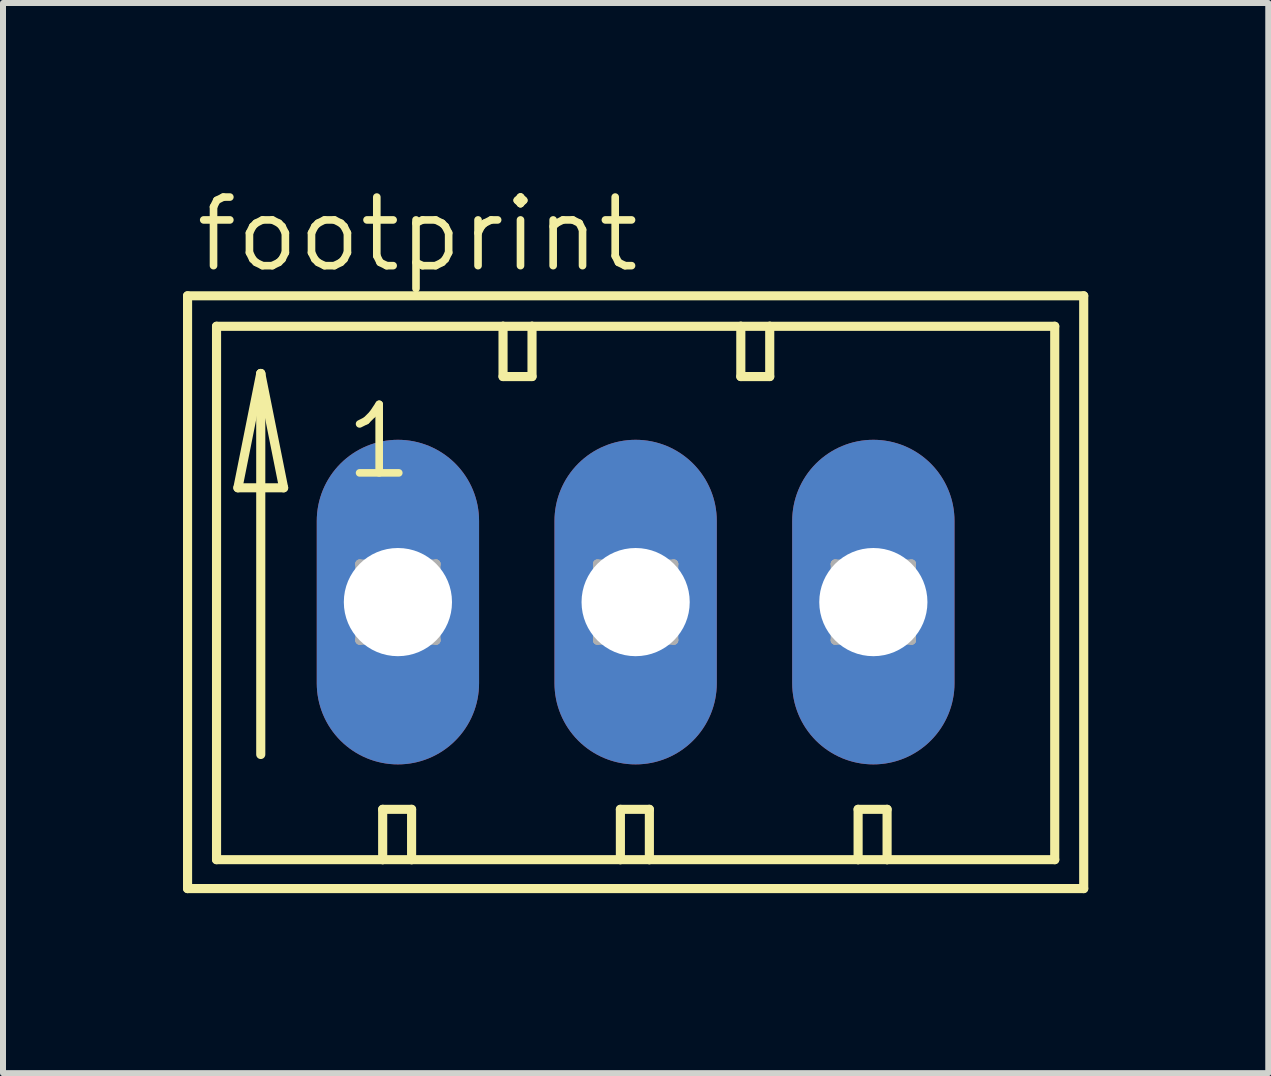
<source format=kicad_pcb>
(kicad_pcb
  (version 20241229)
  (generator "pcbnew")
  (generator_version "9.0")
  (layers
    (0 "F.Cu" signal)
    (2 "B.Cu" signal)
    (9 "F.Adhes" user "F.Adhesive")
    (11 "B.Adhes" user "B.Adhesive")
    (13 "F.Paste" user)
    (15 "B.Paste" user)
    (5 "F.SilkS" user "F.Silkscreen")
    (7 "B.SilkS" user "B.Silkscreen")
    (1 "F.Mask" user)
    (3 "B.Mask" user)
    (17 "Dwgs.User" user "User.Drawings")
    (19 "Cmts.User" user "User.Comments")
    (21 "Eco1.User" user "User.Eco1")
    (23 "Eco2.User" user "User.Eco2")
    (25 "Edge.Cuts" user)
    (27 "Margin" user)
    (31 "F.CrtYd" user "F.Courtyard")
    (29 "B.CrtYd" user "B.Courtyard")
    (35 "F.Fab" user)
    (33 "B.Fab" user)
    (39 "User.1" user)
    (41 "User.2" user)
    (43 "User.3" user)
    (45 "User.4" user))
  (footprint "footprint"
    (layer "F.Cu")
    (at 7.544 6.985)
    (property "Reference" "footprint" (at -7.391 -5.461 0) (layer "F.SilkS") (effects (font (size 1.143 1.143) (thickness 0.127)) (justify left bottom)))
    (fp_line (start -7.468 -5.105) (end -7.468 4.775) (stroke (width 0.152) (type solid)) (layer "F.SilkS"))
    (fp_line (start -7.468 4.775) (end 7.468 4.775) (stroke (width 0.152) (type solid)) (layer "F.SilkS"))
    (fp_line (start -6.985 -4.597) (end -6.985 4.293) (stroke (width 0.152) (type solid)) (layer "F.SilkS"))
    (fp_line (start -6.985 4.293) (end -4.216 4.293) (stroke (width 0.152) (type solid)) (layer "F.SilkS"))
    (fp_line (start -6.629 -1.905) (end -5.867 -1.905) (stroke (width 0.152) (type solid)) (layer "F.SilkS"))
    (fp_line (start -6.248 -3.81) (end -6.629 -1.905) (stroke (width 0.152) (type solid)) (layer "F.SilkS"))
    (fp_line (start -6.248 -3.81) (end -5.867 -1.905) (stroke (width 0.152) (type solid)) (layer "F.SilkS"))
    (fp_line (start -6.248 2.54) (end -6.248 -3.81) (stroke (width 0.152) (type solid)) (layer "F.SilkS"))
    (fp_line (start -4.216 3.454) (end -4.216 4.293) (stroke (width 0.152) (type solid)) (layer "F.SilkS"))
    (fp_line (start -4.216 3.454) (end -3.734 3.454) (stroke (width 0.152) (type solid)) (layer "F.SilkS"))
    (fp_line (start -4.216 4.293) (end -3.734 4.293) (stroke (width 0.152) (type solid)) (layer "F.SilkS"))
    (fp_line (start -3.734 3.454) (end -3.734 4.293) (stroke (width 0.152) (type solid)) (layer "F.SilkS"))
    (fp_line (start -3.734 4.293) (end -0.254 4.293) (stroke (width 0.152) (type solid)) (layer "F.SilkS"))
    (fp_line (start -2.21 -4.597) (end -6.985 -4.597) (stroke (width 0.152) (type solid)) (layer "F.SilkS"))
    (fp_line (start -2.21 -4.597) (end -2.21 -3.759) (stroke (width 0.152) (type solid)) (layer "F.SilkS"))
    (fp_line (start -2.21 -3.759) (end -1.727 -3.759) (stroke (width 0.152) (type solid)) (layer "F.SilkS"))
    (fp_line (start -1.727 -4.597) (end -2.21 -4.597) (stroke (width 0.152) (type solid)) (layer "F.SilkS"))
    (fp_line (start -1.727 -3.759) (end -1.727 -4.597) (stroke (width 0.152) (type solid)) (layer "F.SilkS"))
    (fp_line (start -0.254 3.454) (end -0.254 4.293) (stroke (width 0.152) (type solid)) (layer "F.SilkS"))
    (fp_line (start -0.254 3.454) (end 0.229 3.454) (stroke (width 0.152) (type solid)) (layer "F.SilkS"))
    (fp_line (start -0.254 4.293) (end 0.229 4.293) (stroke (width 0.152) (type solid)) (layer "F.SilkS"))
    (fp_line (start 0.229 3.454) (end 0.229 4.293) (stroke (width 0.152) (type solid)) (layer "F.SilkS"))
    (fp_line (start 0.229 4.293) (end 3.708 4.293) (stroke (width 0.152) (type solid)) (layer "F.SilkS"))
    (fp_line (start 1.753 -4.597) (end -1.727 -4.597) (stroke (width 0.152) (type solid)) (layer "F.SilkS"))
    (fp_line (start 1.753 -3.759) (end 1.753 -4.597) (stroke (width 0.152) (type solid)) (layer "F.SilkS"))
    (fp_line (start 1.753 -3.759) (end 2.235 -3.759) (stroke (width 0.152) (type solid)) (layer "F.SilkS"))
    (fp_line (start 2.235 -4.597) (end 1.753 -4.597) (stroke (width 0.152) (type solid)) (layer "F.SilkS"))
    (fp_line (start 2.235 -3.759) (end 2.235 -4.597) (stroke (width 0.152) (type solid)) (layer "F.SilkS"))
    (fp_line (start 3.708 3.454) (end 3.708 4.293) (stroke (width 0.152) (type solid)) (layer "F.SilkS"))
    (fp_line (start 3.708 3.454) (end 4.191 3.454) (stroke (width 0.152) (type solid)) (layer "F.SilkS"))
    (fp_line (start 3.708 4.293) (end 4.191 4.293) (stroke (width 0.152) (type solid)) (layer "F.SilkS"))
    (fp_line (start 4.191 3.454) (end 4.191 4.293) (stroke (width 0.152) (type solid)) (layer "F.SilkS"))
    (fp_line (start 4.191 4.293) (end 6.985 4.293) (stroke (width 0.152) (type solid)) (layer "F.SilkS"))
    (fp_line (start 6.985 -4.597) (end 2.235 -4.597) (stroke (width 0.152) (type solid)) (layer "F.SilkS"))
    (fp_line (start 6.985 4.293) (end 6.985 -4.597) (stroke (width 0.152) (type solid)) (layer "F.SilkS"))
    (fp_line (start 7.468 -5.105) (end -7.468 -5.105) (stroke (width 0.152) (type solid)) (layer "F.SilkS"))
    (fp_line (start 7.468 4.775) (end 7.468 -5.105) (stroke (width 0.152) (type solid)) (layer "F.SilkS"))
    (fp_line (start -4.597 -0.635) (end -4.597 0.635) (stroke (width 0.152) (type solid)) (layer "F.Fab"))
    (fp_line (start -4.597 -0.635) (end -3.327 0.635) (stroke (width 0.152) (type solid)) (layer "F.Fab"))
    (fp_line (start -4.597 0.635) (end -3.327 0.635) (stroke (width 0.152) (type solid)) (layer "F.Fab"))
    (fp_line (start -3.327 -0.635) (end -4.597 -0.635) (stroke (width 0.152) (type solid)) (layer "F.Fab"))
    (fp_line (start -3.327 -0.635) (end -4.597 0.635) (stroke (width 0.152) (type solid)) (layer "F.Fab"))
    (fp_line (start -3.327 0.635) (end -3.327 -0.635) (stroke (width 0.152) (type solid)) (layer "F.Fab"))
    (fp_line (start -0.635 -0.635) (end -0.635 0.635) (stroke (width 0.152) (type solid)) (layer "F.Fab"))
    (fp_line (start -0.635 -0.635) (end 0.635 0.635) (stroke (width 0.152) (type solid)) (layer "F.Fab"))
    (fp_line (start -0.635 0.635) (end 0.635 0.635) (stroke (width 0.152) (type solid)) (layer "F.Fab"))
    (fp_line (start 0.635 -0.635) (end -0.635 -0.635) (stroke (width 0.152) (type solid)) (layer "F.Fab"))
    (fp_line (start 0.635 -0.635) (end -0.635 0.635) (stroke (width 0.152) (type solid)) (layer "F.Fab"))
    (fp_line (start 0.635 0.635) (end 0.635 -0.635) (stroke (width 0.152) (type solid)) (layer "F.Fab"))
    (fp_line (start 3.327 -0.635) (end 3.327 0.635) (stroke (width 0.152) (type solid)) (layer "F.Fab"))
    (fp_line (start 3.327 -0.635) (end 4.597 0.635) (stroke (width 0.152) (type solid)) (layer "F.Fab"))
    (fp_line (start 3.327 0.635) (end 4.597 0.635) (stroke (width 0.152) (type solid)) (layer "F.Fab"))
    (fp_line (start 4.597 -0.635) (end 3.327 -0.635) (stroke (width 0.152) (type solid)) (layer "F.Fab"))
    (fp_line (start 4.597 -0.635) (end 3.327 0.635) (stroke (width 0.152) (type solid)) (layer "F.Fab"))
    (fp_line (start 4.597 0.635) (end 4.597 -0.635) (stroke (width 0.152) (type solid)) (layer "F.Fab"))
    (fp_text user "1" (at -4.902 -2.007 0) (layer "F.SilkS") (effects (font (size 1.143 1.143) (thickness 0.127)) (justify left bottom)))
    (pad "1" thru_hole oval (at -3.962 0 90) (size 5.41 2.705) (drill 1.803) (layers "*.Cu" "*.Mask"))
    (pad "2" thru_hole oval (at 0 0 90) (size 5.41 2.705) (drill 1.803) (layers "*.Cu" "*.Mask"))
    (pad "3" thru_hole oval (at 3.962 0 90) (size 5.41 2.705) (drill 1.803) (layers "*.Cu" "*.Mask")))
  (gr_rect
    (start -3 -3)
    (end 18.088 14.836)
    (stroke (width 0.1) (type default))
    (fill no)
    (layer "Edge.Cuts")))
</source>
